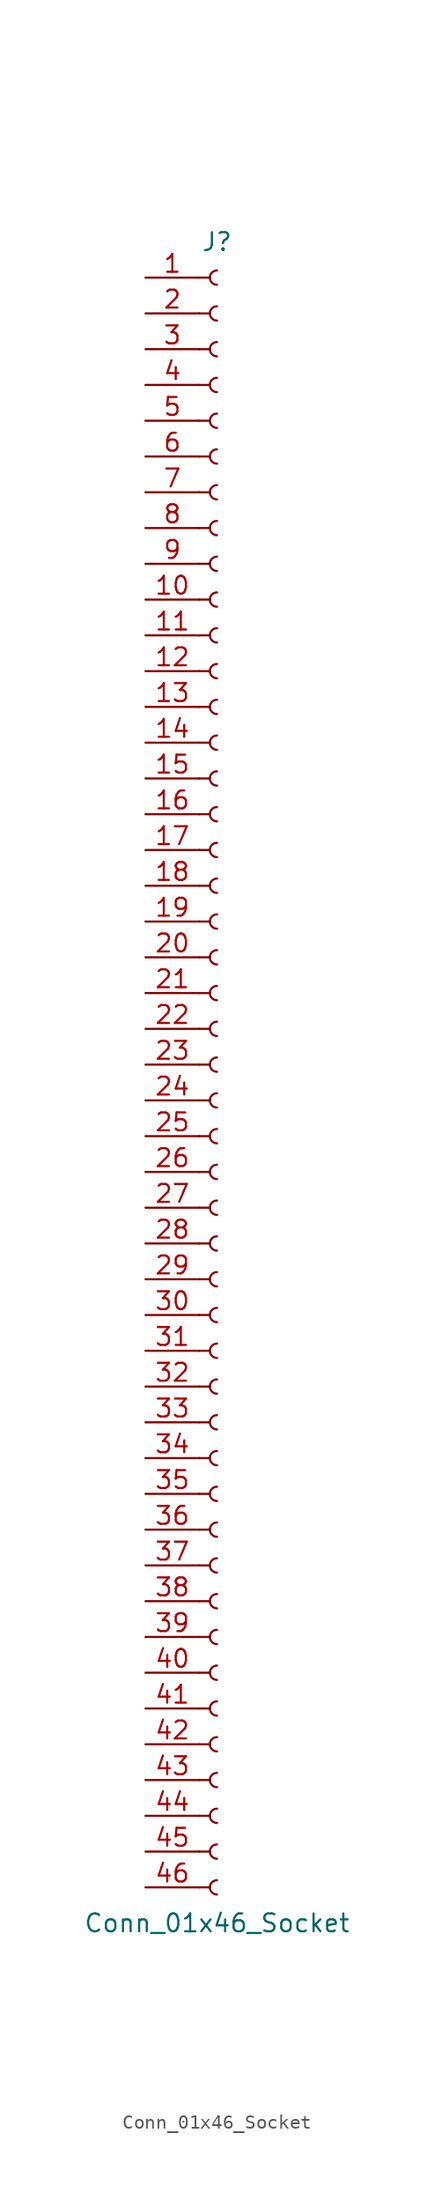
<source format=kicad_sym>
(kicad_symbol_lib
  (version 20241209)
  (generator "kicad_symbol_editor")
  (generator_version "9.0")
  (symbol "Conn_01x46_Socket"
    (pin_names
      (offset 1.016)
      (hide yes))
    (property "Reference" "J"
      (at 0 58.42 0)
      (effects (font (size 1.27 1.27))))
    (property "Value" "Conn_01x46_Socket"
      (at 0 -60.96 0)
      (effects (font (size 1.27 1.27))))
    (property "ki_locked" ""
      (at 0 0 0)
      (effects (font (size 1.27 1.27))))
    (symbol "Conn_01x46_Socket_1_1"
      (polyline (pts (xy -1.27 55.88) (xy -0.508 55.88)) (stroke (width 0.152) (type default)) (fill (type none)))
      (polyline (pts (xy -1.27 53.34) (xy -0.508 53.34)) (stroke (width 0.152) (type default)) (fill (type none)))
      (polyline (pts (xy -1.27 50.8) (xy -0.508 50.8)) (stroke (width 0.152) (type default)) (fill (type none)))
      (polyline (pts (xy -1.27 48.26) (xy -0.508 48.26)) (stroke (width 0.152) (type default)) (fill (type none)))
      (polyline (pts (xy -1.27 45.72) (xy -0.508 45.72)) (stroke (width 0.152) (type default)) (fill (type none)))
      (polyline (pts (xy -1.27 43.18) (xy -0.508 43.18)) (stroke (width 0.152) (type default)) (fill (type none)))
      (polyline (pts (xy -1.27 40.64) (xy -0.508 40.64)) (stroke (width 0.152) (type default)) (fill (type none)))
      (polyline (pts (xy -1.27 38.1) (xy -0.508 38.1)) (stroke (width 0.152) (type default)) (fill (type none)))
      (polyline (pts (xy -1.27 35.56) (xy -0.508 35.56)) (stroke (width 0.152) (type default)) (fill (type none)))
      (polyline (pts (xy -1.27 33.02) (xy -0.508 33.02)) (stroke (width 0.152) (type default)) (fill (type none)))
      (polyline (pts (xy -1.27 30.48) (xy -0.508 30.48)) (stroke (width 0.152) (type default)) (fill (type none)))
      (polyline (pts (xy -1.27 27.94) (xy -0.508 27.94)) (stroke (width 0.152) (type default)) (fill (type none)))
      (polyline (pts (xy -1.27 25.4) (xy -0.508 25.4)) (stroke (width 0.152) (type default)) (fill (type none)))
      (polyline (pts (xy -1.27 22.86) (xy -0.508 22.86)) (stroke (width 0.152) (type default)) (fill (type none)))
      (polyline (pts (xy -1.27 20.32) (xy -0.508 20.32)) (stroke (width 0.152) (type default)) (fill (type none)))
      (polyline (pts (xy -1.27 17.78) (xy -0.508 17.78)) (stroke (width 0.152) (type default)) (fill (type none)))
      (polyline (pts (xy -1.27 15.24) (xy -0.508 15.24)) (stroke (width 0.152) (type default)) (fill (type none)))
      (polyline (pts (xy -1.27 12.7) (xy -0.508 12.7)) (stroke (width 0.152) (type default)) (fill (type none)))
      (polyline (pts (xy -1.27 10.16) (xy -0.508 10.16)) (stroke (width 0.152) (type default)) (fill (type none)))
      (polyline (pts (xy -1.27 7.62) (xy -0.508 7.62)) (stroke (width 0.152) (type default)) (fill (type none)))
      (polyline (pts (xy -1.27 5.08) (xy -0.508 5.08)) (stroke (width 0.152) (type default)) (fill (type none)))
      (polyline (pts (xy -1.27 2.54) (xy -0.508 2.54)) (stroke (width 0.152) (type default)) (fill (type none)))
      (polyline (pts (xy -1.27 0) (xy -0.508 0)) (stroke (width 0.152) (type default)) (fill (type none)))
      (polyline (pts (xy -1.27 -2.54) (xy -0.508 -2.54)) (stroke (width 0.152) (type default)) (fill (type none)))
      (polyline (pts (xy -1.27 -5.08) (xy -0.508 -5.08)) (stroke (width 0.152) (type default)) (fill (type none)))
      (polyline (pts (xy -1.27 -7.62) (xy -0.508 -7.62)) (stroke (width 0.152) (type default)) (fill (type none)))
      (polyline (pts (xy -1.27 -10.16) (xy -0.508 -10.16)) (stroke (width 0.152) (type default)) (fill (type none)))
      (polyline (pts (xy -1.27 -12.7) (xy -0.508 -12.7)) (stroke (width 0.152) (type default)) (fill (type none)))
      (polyline (pts (xy -1.27 -15.24) (xy -0.508 -15.24)) (stroke (width 0.152) (type default)) (fill (type none)))
      (polyline (pts (xy -1.27 -17.78) (xy -0.508 -17.78)) (stroke (width 0.152) (type default)) (fill (type none)))
      (polyline (pts (xy -1.27 -20.32) (xy -0.508 -20.32)) (stroke (width 0.152) (type default)) (fill (type none)))
      (polyline (pts (xy -1.27 -22.86) (xy -0.508 -22.86)) (stroke (width 0.152) (type default)) (fill (type none)))
      (polyline (pts (xy -1.27 -25.4) (xy -0.508 -25.4)) (stroke (width 0.152) (type default)) (fill (type none)))
      (polyline (pts (xy -1.27 -27.94) (xy -0.508 -27.94)) (stroke (width 0.152) (type default)) (fill (type none)))
      (polyline (pts (xy -1.27 -30.48) (xy -0.508 -30.48)) (stroke (width 0.152) (type default)) (fill (type none)))
      (polyline (pts (xy -1.27 -33.02) (xy -0.508 -33.02)) (stroke (width 0.152) (type default)) (fill (type none)))
      (polyline (pts (xy -1.27 -35.56) (xy -0.508 -35.56)) (stroke (width 0.152) (type default)) (fill (type none)))
      (polyline (pts (xy -1.27 -38.1) (xy -0.508 -38.1)) (stroke (width 0.152) (type default)) (fill (type none)))
      (polyline (pts (xy -1.27 -40.64) (xy -0.508 -40.64)) (stroke (width 0.152) (type default)) (fill (type none)))
      (polyline (pts (xy -1.27 -43.18) (xy -0.508 -43.18)) (stroke (width 0.152) (type default)) (fill (type none)))
      (polyline (pts (xy -1.27 -45.72) (xy -0.508 -45.72)) (stroke (width 0.152) (type default)) (fill (type none)))
      (polyline (pts (xy -1.27 -48.26) (xy -0.508 -48.26)) (stroke (width 0.152) (type default)) (fill (type none)))
      (polyline (pts (xy -1.27 -50.8) (xy -0.508 -50.8)) (stroke (width 0.152) (type default)) (fill (type none)))
      (polyline (pts (xy -1.27 -53.34) (xy -0.508 -53.34)) (stroke (width 0.152) (type default)) (fill (type none)))
      (polyline (pts (xy -1.27 -55.88) (xy -0.508 -55.88)) (stroke (width 0.152) (type default)) (fill (type none)))
      (polyline (pts (xy -1.27 -58.42) (xy -0.508 -58.42)) (stroke (width 0.152) (type default)) (fill (type none)))
      (arc (start 0 55.372) (mid -0.5058 55.88) (end 0 56.388) (stroke (width 0.1524) (type default)) (fill (type none)))
      (arc (start 0 52.832) (mid -0.5058 53.34) (end 0 53.848) (stroke (width 0.1524) (type default)) (fill (type none)))
      (arc (start 0 50.292) (mid -0.5058 50.8) (end 0 51.308) (stroke (width 0.1524) (type default)) (fill (type none)))
      (arc (start 0 47.752) (mid -0.5058 48.26) (end 0 48.768) (stroke (width 0.1524) (type default)) (fill (type none)))
      (arc (start 0 45.212) (mid -0.5058 45.72) (end 0 46.228) (stroke (width 0.1524) (type default)) (fill (type none)))
      (arc (start 0 42.672) (mid -0.5058 43.18) (end 0 43.688) (stroke (width 0.1524) (type default)) (fill (type none)))
      (arc (start 0 40.132) (mid -0.5058 40.64) (end 0 41.148) (stroke (width 0.1524) (type default)) (fill (type none)))
      (arc (start 0 37.592) (mid -0.5058 38.1) (end 0 38.608) (stroke (width 0.1524) (type default)) (fill (type none)))
      (arc (start 0 35.052) (mid -0.5058 35.56) (end 0 36.068) (stroke (width 0.1524) (type default)) (fill (type none)))
      (arc (start 0 32.512) (mid -0.5058 33.02) (end 0 33.528) (stroke (width 0.1524) (type default)) (fill (type none)))
      (arc (start 0 29.972) (mid -0.5058 30.48) (end 0 30.988) (stroke (width 0.1524) (type default)) (fill (type none)))
      (arc (start 0 27.432) (mid -0.5058 27.94) (end 0 28.448) (stroke (width 0.1524) (type default)) (fill (type none)))
      (arc (start 0 24.892) (mid -0.5058 25.4) (end 0 25.908) (stroke (width 0.1524) (type default)) (fill (type none)))
      (arc (start 0 22.352) (mid -0.5058 22.86) (end 0 23.368) (stroke (width 0.1524) (type default)) (fill (type none)))
      (arc (start 0 19.812) (mid -0.5058 20.32) (end 0 20.828) (stroke (width 0.1524) (type default)) (fill (type none)))
      (arc (start 0 17.272) (mid -0.5058 17.78) (end 0 18.288) (stroke (width 0.1524) (type default)) (fill (type none)))
      (arc (start 0 14.732) (mid -0.5058 15.24) (end 0 15.748) (stroke (width 0.1524) (type default)) (fill (type none)))
      (arc (start 0 12.192) (mid -0.5058 12.7) (end 0 13.208) (stroke (width 0.1524) (type default)) (fill (type none)))
      (arc (start 0 9.652) (mid -0.5058 10.16) (end 0 10.668) (stroke (width 0.1524) (type default)) (fill (type none)))
      (arc (start 0 7.112) (mid -0.5058 7.62) (end 0 8.128) (stroke (width 0.1524) (type default)) (fill (type none)))
      (arc (start 0 4.572) (mid -0.5058 5.08) (end 0 5.588) (stroke (width 0.1524) (type default)) (fill (type none)))
      (arc (start 0 2.032) (mid -0.5058 2.54) (end 0 3.048) (stroke (width 0.1524) (type default)) (fill (type none)))
      (arc (start 0 -0.508) (mid -0.5058 0) (end 0 0.508) (stroke (width 0.1524) (type default)) (fill (type none)))
      (arc (start 0 -3.048) (mid -0.5058 -2.54) (end 0 -2.032) (stroke (width 0.1524) (type default)) (fill (type none)))
      (arc (start 0 -5.588) (mid -0.5058 -5.08) (end 0 -4.572) (stroke (width 0.1524) (type default)) (fill (type none)))
      (arc (start 0 -8.128) (mid -0.5058 -7.62) (end 0 -7.112) (stroke (width 0.1524) (type default)) (fill (type none)))
      (arc (start 0 -10.668) (mid -0.5058 -10.16) (end 0 -9.652) (stroke (width 0.1524) (type default)) (fill (type none)))
      (arc (start 0 -13.208) (mid -0.5058 -12.7) (end 0 -12.192) (stroke (width 0.1524) (type default)) (fill (type none)))
      (arc (start 0 -15.748) (mid -0.5058 -15.24) (end 0 -14.732) (stroke (width 0.1524) (type default)) (fill (type none)))
      (arc (start 0 -18.288) (mid -0.5058 -17.78) (end 0 -17.272) (stroke (width 0.1524) (type default)) (fill (type none)))
      (arc (start 0 -20.828) (mid -0.5058 -20.32) (end 0 -19.812) (stroke (width 0.1524) (type default)) (fill (type none)))
      (arc (start 0 -23.368) (mid -0.5058 -22.86) (end 0 -22.352) (stroke (width 0.1524) (type default)) (fill (type none)))
      (arc (start 0 -25.908) (mid -0.5058 -25.4) (end 0 -24.892) (stroke (width 0.1524) (type default)) (fill (type none)))
      (arc (start 0 -28.448) (mid -0.5058 -27.94) (end 0 -27.432) (stroke (width 0.1524) (type default)) (fill (type none)))
      (arc (start 0 -30.988) (mid -0.5058 -30.48) (end 0 -29.972) (stroke (width 0.1524) (type default)) (fill (type none)))
      (arc (start 0 -33.528) (mid -0.5058 -33.02) (end 0 -32.512) (stroke (width 0.1524) (type default)) (fill (type none)))
      (arc (start 0 -36.068) (mid -0.5058 -35.56) (end 0 -35.052) (stroke (width 0.1524) (type default)) (fill (type none)))
      (arc (start 0 -38.608) (mid -0.5058 -38.1) (end 0 -37.592) (stroke (width 0.1524) (type default)) (fill (type none)))
      (arc (start 0 -41.148) (mid -0.5058 -40.64) (end 0 -40.132) (stroke (width 0.1524) (type default)) (fill (type none)))
      (arc (start 0 -43.688) (mid -0.5058 -43.18) (end 0 -42.672) (stroke (width 0.1524) (type default)) (fill (type none)))
      (arc (start 0 -46.228) (mid -0.5058 -45.72) (end 0 -45.212) (stroke (width 0.1524) (type default)) (fill (type none)))
      (arc (start 0 -48.768) (mid -0.5058 -48.26) (end 0 -47.752) (stroke (width 0.1524) (type default)) (fill (type none)))
      (arc (start 0 -51.308) (mid -0.5058 -50.8) (end 0 -50.292) (stroke (width 0.1524) (type default)) (fill (type none)))
      (arc (start 0 -53.848) (mid -0.5058 -53.34) (end 0 -52.832) (stroke (width 0.1524) (type default)) (fill (type none)))
      (arc (start 0 -56.388) (mid -0.5058 -55.88) (end 0 -55.372) (stroke (width 0.1524) (type default)) (fill (type none)))
      (arc (start 0 -58.928) (mid -0.5058 -58.42) (end 0 -57.912) (stroke (width 0.1524) (type default)) (fill (type none)))
      (pin passive line (at -5.08 55.88 0) (length 3.81) (name "Pin_1" (effects (font (size 1.27 1.27)))) (number "1" (effects (font (size 1.27 1.27)))))
      (pin passive line (at -5.08 53.34 0) (length 3.81) (name "Pin_2" (effects (font (size 1.27 1.27)))) (number "2" (effects (font (size 1.27 1.27)))))
      (pin passive line (at -5.08 50.8 0) (length 3.81) (name "Pin_3" (effects (font (size 1.27 1.27)))) (number "3" (effects (font (size 1.27 1.27)))))
      (pin passive line (at -5.08 48.26 0) (length 3.81) (name "Pin_4" (effects (font (size 1.27 1.27)))) (number "4" (effects (font (size 1.27 1.27)))))
      (pin passive line (at -5.08 45.72 0) (length 3.81) (name "Pin_5" (effects (font (size 1.27 1.27)))) (number "5" (effects (font (size 1.27 1.27)))))
      (pin passive line (at -5.08 43.18 0) (length 3.81) (name "Pin_6" (effects (font (size 1.27 1.27)))) (number "6" (effects (font (size 1.27 1.27)))))
      (pin passive line (at -5.08 40.64 0) (length 3.81) (name "Pin_7" (effects (font (size 1.27 1.27)))) (number "7" (effects (font (size 1.27 1.27)))))
      (pin passive line (at -5.08 38.1 0) (length 3.81) (name "Pin_8" (effects (font (size 1.27 1.27)))) (number "8" (effects (font (size 1.27 1.27)))))
      (pin passive line (at -5.08 35.56 0) (length 3.81) (name "Pin_9" (effects (font (size 1.27 1.27)))) (number "9" (effects (font (size 1.27 1.27)))))
      (pin passive line (at -5.08 33.02 0) (length 3.81) (name "Pin_10" (effects (font (size 1.27 1.27)))) (number "10" (effects (font (size 1.27 1.27)))))
      (pin passive line (at -5.08 30.48 0) (length 3.81) (name "Pin_11" (effects (font (size 1.27 1.27)))) (number "11" (effects (font (size 1.27 1.27)))))
      (pin passive line (at -5.08 27.94 0) (length 3.81) (name "Pin_12" (effects (font (size 1.27 1.27)))) (number "12" (effects (font (size 1.27 1.27)))))
      (pin passive line (at -5.08 25.4 0) (length 3.81) (name "Pin_13" (effects (font (size 1.27 1.27)))) (number "13" (effects (font (size 1.27 1.27)))))
      (pin passive line (at -5.08 22.86 0) (length 3.81) (name "Pin_14" (effects (font (size 1.27 1.27)))) (number "14" (effects (font (size 1.27 1.27)))))
      (pin passive line (at -5.08 20.32 0) (length 3.81) (name "Pin_15" (effects (font (size 1.27 1.27)))) (number "15" (effects (font (size 1.27 1.27)))))
      (pin passive line (at -5.08 17.78 0) (length 3.81) (name "Pin_16" (effects (font (size 1.27 1.27)))) (number "16" (effects (font (size 1.27 1.27)))))
      (pin passive line (at -5.08 15.24 0) (length 3.81) (name "Pin_17" (effects (font (size 1.27 1.27)))) (number "17" (effects (font (size 1.27 1.27)))))
      (pin passive line (at -5.08 12.7 0) (length 3.81) (name "Pin_18" (effects (font (size 1.27 1.27)))) (number "18" (effects (font (size 1.27 1.27)))))
      (pin passive line (at -5.08 10.16 0) (length 3.81) (name "Pin_19" (effects (font (size 1.27 1.27)))) (number "19" (effects (font (size 1.27 1.27)))))
      (pin passive line (at -5.08 7.62 0) (length 3.81) (name "Pin_20" (effects (font (size 1.27 1.27)))) (number "20" (effects (font (size 1.27 1.27)))))
      (pin passive line (at -5.08 5.08 0) (length 3.81) (name "Pin_21" (effects (font (size 1.27 1.27)))) (number "21" (effects (font (size 1.27 1.27)))))
      (pin passive line (at -5.08 2.54 0) (length 3.81) (name "Pin_22" (effects (font (size 1.27 1.27)))) (number "22" (effects (font (size 1.27 1.27)))))
      (pin passive line (at -5.08 0 0) (length 3.81) (name "Pin_23" (effects (font (size 1.27 1.27)))) (number "23" (effects (font (size 1.27 1.27)))))
      (pin passive line (at -5.08 -2.54 0) (length 3.81) (name "Pin_24" (effects (font (size 1.27 1.27)))) (number "24" (effects (font (size 1.27 1.27)))))
      (pin passive line (at -5.08 -5.08 0) (length 3.81) (name "Pin_25" (effects (font (size 1.27 1.27)))) (number "25" (effects (font (size 1.27 1.27)))))
      (pin passive line (at -5.08 -7.62 0) (length 3.81) (name "Pin_26" (effects (font (size 1.27 1.27)))) (number "26" (effects (font (size 1.27 1.27)))))
      (pin passive line (at -5.08 -10.16 0) (length 3.81) (name "Pin_27" (effects (font (size 1.27 1.27)))) (number "27" (effects (font (size 1.27 1.27)))))
      (pin passive line (at -5.08 -12.7 0) (length 3.81) (name "Pin_28" (effects (font (size 1.27 1.27)))) (number "28" (effects (font (size 1.27 1.27)))))
      (pin passive line (at -5.08 -15.24 0) (length 3.81) (name "Pin_29" (effects (font (size 1.27 1.27)))) (number "29" (effects (font (size 1.27 1.27)))))
      (pin passive line (at -5.08 -17.78 0) (length 3.81) (name "Pin_30" (effects (font (size 1.27 1.27)))) (number "30" (effects (font (size 1.27 1.27)))))
      (pin passive line (at -5.08 -20.32 0) (length 3.81) (name "Pin_31" (effects (font (size 1.27 1.27)))) (number "31" (effects (font (size 1.27 1.27)))))
      (pin passive line (at -5.08 -22.86 0) (length 3.81) (name "Pin_32" (effects (font (size 1.27 1.27)))) (number "32" (effects (font (size 1.27 1.27)))))
      (pin passive line (at -5.08 -25.4 0) (length 3.81) (name "Pin_33" (effects (font (size 1.27 1.27)))) (number "33" (effects (font (size 1.27 1.27)))))
      (pin passive line (at -5.08 -27.94 0) (length 3.81) (name "Pin_34" (effects (font (size 1.27 1.27)))) (number "34" (effects (font (size 1.27 1.27)))))
      (pin passive line (at -5.08 -30.48 0) (length 3.81) (name "Pin_35" (effects (font (size 1.27 1.27)))) (number "35" (effects (font (size 1.27 1.27)))))
      (pin passive line (at -5.08 -33.02 0) (length 3.81) (name "Pin_36" (effects (font (size 1.27 1.27)))) (number "36" (effects (font (size 1.27 1.27)))))
      (pin passive line (at -5.08 -35.56 0) (length 3.81) (name "Pin_37" (effects (font (size 1.27 1.27)))) (number "37" (effects (font (size 1.27 1.27)))))
      (pin passive line (at -5.08 -38.1 0) (length 3.81) (name "Pin_38" (effects (font (size 1.27 1.27)))) (number "38" (effects (font (size 1.27 1.27)))))
      (pin passive line (at -5.08 -40.64 0) (length 3.81) (name "Pin_39" (effects (font (size 1.27 1.27)))) (number "39" (effects (font (size 1.27 1.27)))))
      (pin passive line (at -5.08 -43.18 0) (length 3.81) (name "Pin_40" (effects (font (size 1.27 1.27)))) (number "40" (effects (font (size 1.27 1.27)))))
      (pin passive line (at -5.08 -45.72 0) (length 3.81) (name "Pin_41" (effects (font (size 1.27 1.27)))) (number "41" (effects (font (size 1.27 1.27)))))
      (pin passive line (at -5.08 -48.26 0) (length 3.81) (name "Pin_42" (effects (font (size 1.27 1.27)))) (number "42" (effects (font (size 1.27 1.27)))))
      (pin passive line (at -5.08 -50.8 0) (length 3.81) (name "Pin_43" (effects (font (size 1.27 1.27)))) (number "43" (effects (font (size 1.27 1.27)))))
      (pin passive line (at -5.08 -53.34 0) (length 3.81) (name "Pin_44" (effects (font (size 1.27 1.27)))) (number "44" (effects (font (size 1.27 1.27)))))
      (pin passive line (at -5.08 -55.88 0) (length 3.81) (name "Pin_45" (effects (font (size 1.27 1.27)))) (number "45" (effects (font (size 1.27 1.27)))))
      (pin passive line (at -5.08 -58.42 0) (length 3.81) (name "Pin_46" (effects (font (size 1.27 1.27)))) (number "46" (effects (font (size 1.27 1.27))))))))
</source>
